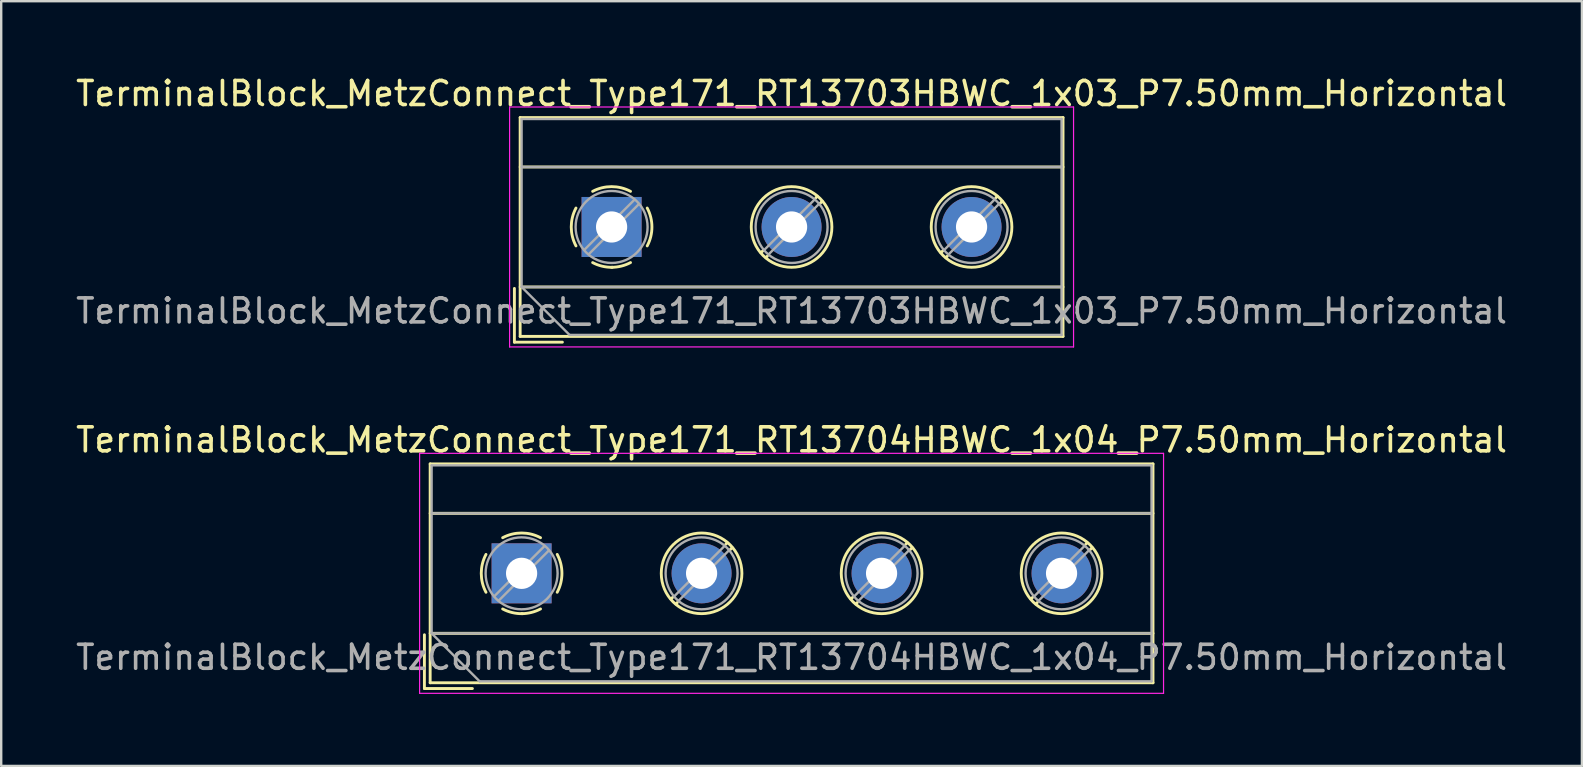
<source format=kicad_pcb>
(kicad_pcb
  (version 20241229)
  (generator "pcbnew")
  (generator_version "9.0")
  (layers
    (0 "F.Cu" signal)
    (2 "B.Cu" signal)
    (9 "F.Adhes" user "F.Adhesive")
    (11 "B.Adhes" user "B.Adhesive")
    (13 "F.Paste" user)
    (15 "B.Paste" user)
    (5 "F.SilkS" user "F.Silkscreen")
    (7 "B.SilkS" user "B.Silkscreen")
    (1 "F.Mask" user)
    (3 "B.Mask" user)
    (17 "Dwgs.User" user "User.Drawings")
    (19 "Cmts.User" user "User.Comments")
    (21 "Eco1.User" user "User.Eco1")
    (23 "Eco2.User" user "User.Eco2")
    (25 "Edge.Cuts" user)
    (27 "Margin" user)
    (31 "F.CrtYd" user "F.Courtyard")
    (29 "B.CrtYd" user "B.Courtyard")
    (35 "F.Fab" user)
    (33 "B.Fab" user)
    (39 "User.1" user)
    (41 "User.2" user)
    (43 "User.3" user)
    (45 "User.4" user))
  (footprint "TerminalBlock_MetzConnect_Type171_RT13704HBWC_1x04_P7.50mm_Horizontal"
    (layer "F.Cu")
    (at 18.685 20.841)
    (property "Reference" "TerminalBlock_MetzConnect_Type171_RT13704HBWC_1x04_P7.50mm_Horizontal" (at 11.25 -5.56 0) (layer "F.SilkS") (effects (font (size 1 1) (thickness 0.15))))
    (attr through_hole)
    (fp_line (start -4.05 2.56) (end -4.05 4.8) (stroke (width 0.12) (type solid)) (layer "F.SilkS"))
    (fp_line (start -4.05 4.8) (end -2.05 4.8) (stroke (width 0.12) (type solid)) (layer "F.SilkS"))
    (fp_line (start -3.81 -4.56) (end -3.81 4.56) (stroke (width 0.12) (type solid)) (layer "F.SilkS"))
    (fp_line (start -3.81 -4.56) (end 26.31 -4.56) (stroke (width 0.12) (type solid)) (layer "F.SilkS"))
    (fp_line (start -3.81 -2.5) (end 26.31 -2.5) (stroke (width 0.12) (type solid)) (layer "F.SilkS"))
    (fp_line (start -3.81 2.5) (end 26.31 2.5) (stroke (width 0.12) (type solid)) (layer "F.SilkS"))
    (fp_line (start -3.81 4.56) (end 26.31 4.56) (stroke (width 0.12) (type solid)) (layer "F.SilkS"))
    (fp_line (start 6.32 0.976) (end 6.226 1.069) (stroke (width 0.12) (type solid)) (layer "F.SilkS"))
    (fp_line (start 6.49 1.216) (end 6.431 1.274) (stroke (width 0.12) (type solid)) (layer "F.SilkS"))
    (fp_line (start 8.57 -1.275) (end 8.511 -1.216) (stroke (width 0.12) (type solid)) (layer "F.SilkS"))
    (fp_line (start 8.775 -1.069) (end 8.681 -0.976) (stroke (width 0.12) (type solid)) (layer "F.SilkS"))
    (fp_line (start 13.82 0.976) (end 13.726 1.069) (stroke (width 0.12) (type solid)) (layer "F.SilkS"))
    (fp_line (start 13.99 1.216) (end 13.931 1.274) (stroke (width 0.12) (type solid)) (layer "F.SilkS"))
    (fp_line (start 16.07 -1.275) (end 16.011 -1.216) (stroke (width 0.12) (type solid)) (layer "F.SilkS"))
    (fp_line (start 16.275 -1.069) (end 16.181 -0.976) (stroke (width 0.12) (type solid)) (layer "F.SilkS"))
    (fp_line (start 21.32 0.976) (end 21.226 1.069) (stroke (width 0.12) (type solid)) (layer "F.SilkS"))
    (fp_line (start 21.49 1.216) (end 21.431 1.274) (stroke (width 0.12) (type solid)) (layer "F.SilkS"))
    (fp_line (start 23.57 -1.275) (end 23.511 -1.216) (stroke (width 0.12) (type solid)) (layer "F.SilkS"))
    (fp_line (start 23.775 -1.069) (end 23.681 -0.976) (stroke (width 0.12) (type solid)) (layer "F.SilkS"))
    (fp_line (start 26.31 -4.56) (end 26.31 4.56) (stroke (width 0.12) (type solid)) (layer "F.SilkS"))
    (fp_arc (start -1.483953 0.789089) (mid -1.680708 0.00005) (end -1.484 -0.789) (stroke (width 0.12) (type solid)) (layer "F.SilkS"))
    (fp_arc (start -0.789089 -1.483953) (mid -0.00005 -1.680708) (end 0.789 -1.484) (stroke (width 0.12) (type solid)) (layer "F.SilkS"))
    (fp_arc (start 0.029383 1.68045) (mid -0.392304 1.634281) (end -0.789 1.484) (stroke (width 0.12) (type solid)) (layer "F.SilkS"))
    (fp_arc (start 0.788712 1.483352) (mid 0.406429 1.630097) (end 0 1.68) (stroke (width 0.12) (type solid)) (layer "F.SilkS"))
    (fp_arc (start 1.483953 -0.789089) (mid 1.680708 -0.00005) (end 1.484 0.789) (stroke (width 0.12) (type solid)) (layer "F.SilkS"))
    (fp_circle (center 7.5 0) (end 9.18 0) (stroke (width 0.12) (type solid)) (fill no) (layer "F.SilkS"))
    (fp_circle (center 15 0) (end 16.68 0) (stroke (width 0.12) (type solid)) (fill no) (layer "F.SilkS"))
    (fp_circle (center 22.5 0) (end 24.18 0) (stroke (width 0.12) (type solid)) (fill no) (layer "F.SilkS"))
    (fp_line (start -4.25 -5) (end -4.25 5) (stroke (width 0.05) (type solid)) (layer "F.CrtYd"))
    (fp_line (start -4.25 5) (end 26.75 5) (stroke (width 0.05) (type solid)) (layer "F.CrtYd"))
    (fp_line (start 26.75 -5) (end -4.25 -5) (stroke (width 0.05) (type solid)) (layer "F.CrtYd"))
    (fp_line (start 26.75 5) (end 26.75 -5) (stroke (width 0.05) (type solid)) (layer "F.CrtYd"))
    (fp_line (start -3.75 -4.5) (end 26.25 -4.5) (stroke (width 0.1) (type solid)) (layer "F.Fab"))
    (fp_line (start -3.75 -2.5) (end 26.25 -2.5) (stroke (width 0.1) (type solid)) (layer "F.Fab"))
    (fp_line (start -3.75 2.5) (end -3.75 -4.5) (stroke (width 0.1) (type solid)) (layer "F.Fab"))
    (fp_line (start -3.75 2.5) (end 26.25 2.5) (stroke (width 0.1) (type solid)) (layer "F.Fab"))
    (fp_line (start -1.75 4.5) (end -3.75 2.5) (stroke (width 0.1) (type solid)) (layer "F.Fab"))
    (fp_line (start 0.955 -1.138) (end -1.138 0.955) (stroke (width 0.1) (type solid)) (layer "F.Fab"))
    (fp_line (start 1.138 -0.955) (end -0.955 1.138) (stroke (width 0.1) (type solid)) (layer "F.Fab"))
    (fp_line (start 8.455 -1.138) (end 6.363 0.955) (stroke (width 0.1) (type solid)) (layer "F.Fab"))
    (fp_line (start 8.638 -0.955) (end 6.546 1.138) (stroke (width 0.1) (type solid)) (layer "F.Fab"))
    (fp_line (start 15.955 -1.138) (end 13.863 0.955) (stroke (width 0.1) (type solid)) (layer "F.Fab"))
    (fp_line (start 16.138 -0.955) (end 14.046 1.138) (stroke (width 0.1) (type solid)) (layer "F.Fab"))
    (fp_line (start 23.455 -1.138) (end 21.363 0.955) (stroke (width 0.1) (type solid)) (layer "F.Fab"))
    (fp_line (start 23.638 -0.955) (end 21.546 1.138) (stroke (width 0.1) (type solid)) (layer "F.Fab"))
    (fp_line (start 26.25 -4.5) (end 26.25 4.5) (stroke (width 0.1) (type solid)) (layer "F.Fab"))
    (fp_line (start 26.25 4.5) (end -1.75 4.5) (stroke (width 0.1) (type solid)) (layer "F.Fab"))
    (fp_circle (center 0 0) (end 1.5 0) (stroke (width 0.1) (type solid)) (fill no) (layer "F.Fab"))
    (fp_circle (center 7.5 0) (end 9 0) (stroke (width 0.1) (type solid)) (fill no) (layer "F.Fab"))
    (fp_circle (center 15 0) (end 16.5 0) (stroke (width 0.1) (type solid)) (fill no) (layer "F.Fab"))
    (fp_circle (center 22.5 0) (end 24 0) (stroke (width 0.1) (type solid)) (fill no) (layer "F.Fab"))
    (fp_text user "${REFERENCE}" (at 11.25 3.5 0) (layer "F.Fab") (effects (font (size 1 1) (thickness 0.15))))
    (pad "1" thru_hole rect (at 0 0) (size 2.5 2.5) (drill 1.3) (layers "*.Cu" "*.Mask"))
    (pad "2" thru_hole circle (at 7.5 0) (size 2.5 2.5) (drill 1.3) (layers "*.Cu" "*.Mask"))
    (pad "3" thru_hole circle (at 15 0) (size 2.5 2.5) (drill 1.3) (layers "*.Cu" "*.Mask"))
    (pad "4" thru_hole circle (at 22.5 0) (size 2.5 2.5) (drill 1.3) (layers "*.Cu" "*.Mask")))
  (footprint "TerminalBlock_MetzConnect_Type171_RT13703HBWC_1x03_P7.50mm_Horizontal"
    (layer "F.Cu")
    (at 22.435 6.408)
    (property "Reference" "TerminalBlock_MetzConnect_Type171_RT13703HBWC_1x03_P7.50mm_Horizontal" (at 7.5 -5.56 0) (layer "F.SilkS") (effects (font (size 1 1) (thickness 0.15))))
    (attr through_hole)
    (fp_line (start -4.05 2.56) (end -4.05 4.8) (stroke (width 0.12) (type solid)) (layer "F.SilkS"))
    (fp_line (start -4.05 4.8) (end -2.05 4.8) (stroke (width 0.12) (type solid)) (layer "F.SilkS"))
    (fp_line (start -3.81 -4.56) (end -3.81 4.56) (stroke (width 0.12) (type solid)) (layer "F.SilkS"))
    (fp_line (start -3.81 -4.56) (end 18.811 -4.56) (stroke (width 0.12) (type solid)) (layer "F.SilkS"))
    (fp_line (start -3.81 -2.5) (end 18.811 -2.5) (stroke (width 0.12) (type solid)) (layer "F.SilkS"))
    (fp_line (start -3.81 2.5) (end 18.811 2.5) (stroke (width 0.12) (type solid)) (layer "F.SilkS"))
    (fp_line (start -3.81 4.56) (end 18.811 4.56) (stroke (width 0.12) (type solid)) (layer "F.SilkS"))
    (fp_line (start 6.32 0.976) (end 6.226 1.069) (stroke (width 0.12) (type solid)) (layer "F.SilkS"))
    (fp_line (start 6.49 1.216) (end 6.431 1.274) (stroke (width 0.12) (type solid)) (layer "F.SilkS"))
    (fp_line (start 8.57 -1.275) (end 8.511 -1.216) (stroke (width 0.12) (type solid)) (layer "F.SilkS"))
    (fp_line (start 8.775 -1.069) (end 8.681 -0.976) (stroke (width 0.12) (type solid)) (layer "F.SilkS"))
    (fp_line (start 13.82 0.976) (end 13.726 1.069) (stroke (width 0.12) (type solid)) (layer "F.SilkS"))
    (fp_line (start 13.99 1.216) (end 13.931 1.274) (stroke (width 0.12) (type solid)) (layer "F.SilkS"))
    (fp_line (start 16.07 -1.275) (end 16.011 -1.216) (stroke (width 0.12) (type solid)) (layer "F.SilkS"))
    (fp_line (start 16.275 -1.069) (end 16.181 -0.976) (stroke (width 0.12) (type solid)) (layer "F.SilkS"))
    (fp_line (start 18.811 -4.56) (end 18.811 4.56) (stroke (width 0.12) (type solid)) (layer "F.SilkS"))
    (fp_arc (start -1.483953 0.789089) (mid -1.680708 0.00005) (end -1.484 -0.789) (stroke (width 0.12) (type solid)) (layer "F.SilkS"))
    (fp_arc (start -0.789089 -1.483953) (mid -0.00005 -1.680708) (end 0.789 -1.484) (stroke (width 0.12) (type solid)) (layer "F.SilkS"))
    (fp_arc (start 0.029383 1.68045) (mid -0.392304 1.634281) (end -0.789 1.484) (stroke (width 0.12) (type solid)) (layer "F.SilkS"))
    (fp_arc (start 0.788712 1.483352) (mid 0.406429 1.630097) (end 0 1.68) (stroke (width 0.12) (type solid)) (layer "F.SilkS"))
    (fp_arc (start 1.483953 -0.789089) (mid 1.680708 -0.00005) (end 1.484 0.789) (stroke (width 0.12) (type solid)) (layer "F.SilkS"))
    (fp_circle (center 7.5 0) (end 9.18 0) (stroke (width 0.12) (type solid)) (fill no) (layer "F.SilkS"))
    (fp_circle (center 15 0) (end 16.68 0) (stroke (width 0.12) (type solid)) (fill no) (layer "F.SilkS"))
    (fp_line (start -4.25 -5) (end -4.25 5) (stroke (width 0.05) (type solid)) (layer "F.CrtYd"))
    (fp_line (start -4.25 5) (end 19.25 5) (stroke (width 0.05) (type solid)) (layer "F.CrtYd"))
    (fp_line (start 19.25 -5) (end -4.25 -5) (stroke (width 0.05) (type solid)) (layer "F.CrtYd"))
    (fp_line (start 19.25 5) (end 19.25 -5) (stroke (width 0.05) (type solid)) (layer "F.CrtYd"))
    (fp_line (start -3.75 -4.5) (end 18.75 -4.5) (stroke (width 0.1) (type solid)) (layer "F.Fab"))
    (fp_line (start -3.75 -2.5) (end 18.75 -2.5) (stroke (width 0.1) (type solid)) (layer "F.Fab"))
    (fp_line (start -3.75 2.5) (end -3.75 -4.5) (stroke (width 0.1) (type solid)) (layer "F.Fab"))
    (fp_line (start -3.75 2.5) (end 18.75 2.5) (stroke (width 0.1) (type solid)) (layer "F.Fab"))
    (fp_line (start -1.75 4.5) (end -3.75 2.5) (stroke (width 0.1) (type solid)) (layer "F.Fab"))
    (fp_line (start 0.955 -1.138) (end -1.138 0.955) (stroke (width 0.1) (type solid)) (layer "F.Fab"))
    (fp_line (start 1.138 -0.955) (end -0.955 1.138) (stroke (width 0.1) (type solid)) (layer "F.Fab"))
    (fp_line (start 8.455 -1.138) (end 6.363 0.955) (stroke (width 0.1) (type solid)) (layer "F.Fab"))
    (fp_line (start 8.638 -0.955) (end 6.546 1.138) (stroke (width 0.1) (type solid)) (layer "F.Fab"))
    (fp_line (start 15.955 -1.138) (end 13.863 0.955) (stroke (width 0.1) (type solid)) (layer "F.Fab"))
    (fp_line (start 16.138 -0.955) (end 14.046 1.138) (stroke (width 0.1) (type solid)) (layer "F.Fab"))
    (fp_line (start 18.75 -4.5) (end 18.75 4.5) (stroke (width 0.1) (type solid)) (layer "F.Fab"))
    (fp_line (start 18.75 4.5) (end -1.75 4.5) (stroke (width 0.1) (type solid)) (layer "F.Fab"))
    (fp_circle (center 0 0) (end 1.5 0) (stroke (width 0.1) (type solid)) (fill no) (layer "F.Fab"))
    (fp_circle (center 7.5 0) (end 9 0) (stroke (width 0.1) (type solid)) (fill no) (layer "F.Fab"))
    (fp_circle (center 15 0) (end 16.5 0) (stroke (width 0.1) (type solid)) (fill no) (layer "F.Fab"))
    (fp_text user "${REFERENCE}" (at 7.5 3.5 0) (layer "F.Fab") (effects (font (size 1 1) (thickness 0.15))))
    (pad "1" thru_hole rect (at 0 0) (size 2.5 2.5) (drill 1.3) (layers "*.Cu" "*.Mask"))
    (pad "2" thru_hole circle (at 7.5 0) (size 2.5 2.5) (drill 1.3) (layers "*.Cu" "*.Mask"))
    (pad "3" thru_hole circle (at 15 0) (size 2.5 2.5) (drill 1.3) (layers "*.Cu" "*.Mask")))
  (gr_rect
    (start -3 -3)
    (end 62.869 28.866)
    (stroke (width 0.1) (type default))
    (fill no)
    (layer "Edge.Cuts")))
</source>
